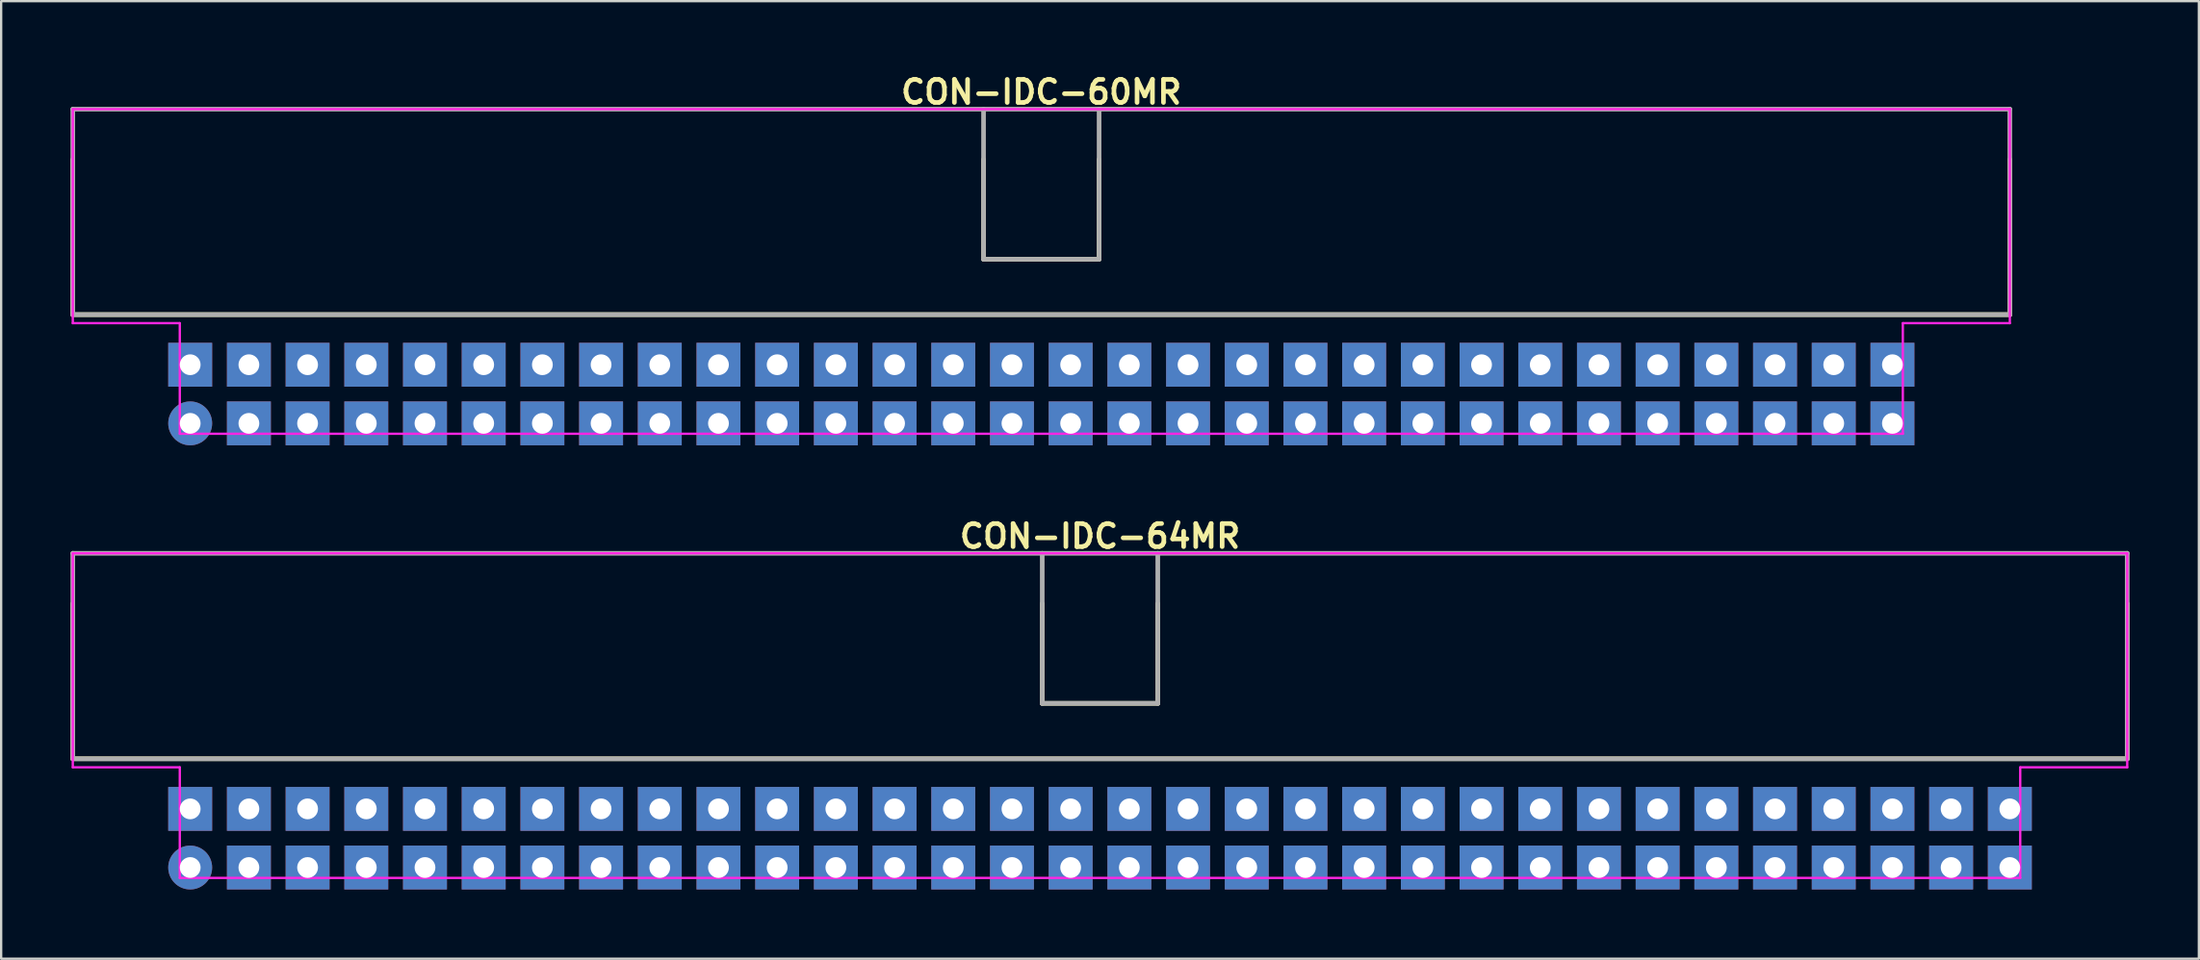
<source format=kicad_pcb>
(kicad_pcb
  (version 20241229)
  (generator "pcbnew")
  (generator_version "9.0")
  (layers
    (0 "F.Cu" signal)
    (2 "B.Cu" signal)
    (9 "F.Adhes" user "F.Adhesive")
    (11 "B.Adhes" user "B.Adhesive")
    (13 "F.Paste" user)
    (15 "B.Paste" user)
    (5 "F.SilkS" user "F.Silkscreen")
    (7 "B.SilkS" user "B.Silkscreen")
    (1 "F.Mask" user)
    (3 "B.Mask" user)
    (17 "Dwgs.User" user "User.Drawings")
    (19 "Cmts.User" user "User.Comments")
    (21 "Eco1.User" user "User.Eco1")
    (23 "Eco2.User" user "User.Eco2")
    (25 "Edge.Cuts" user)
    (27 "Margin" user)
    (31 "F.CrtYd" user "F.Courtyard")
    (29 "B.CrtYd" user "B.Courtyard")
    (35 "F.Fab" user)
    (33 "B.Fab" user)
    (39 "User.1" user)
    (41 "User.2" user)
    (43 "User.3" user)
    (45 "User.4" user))
  (footprint "CON-IDC-60MR"
    (layer "F.Cu")
    (at 42.01 14.017)
    (property "Reference" "CON-IDC-60MR" (at 0 -13.081 0) (layer "F.SilkS") (effects (font (size 1 1) (thickness 0.2))))
    (attr through_hole)
    (fp_line (start -41.91 -10.16) (end -41.91 -3.44) (stroke (width 0.2) (type solid)) (layer "F.SilkS"))
    (fp_line (start -41.91 -3.44) (end 41.91 -3.44) (stroke (width 0.2) (type solid)) (layer "F.SilkS"))
    (fp_line (start -2.5 -10.16) (end -2.5 -5.84) (stroke (width 0.2) (type solid)) (layer "F.SilkS"))
    (fp_line (start -2.5 -5.84) (end 2.5 -5.84) (stroke (width 0.2) (type solid)) (layer "F.SilkS"))
    (fp_line (start 2.5 -10.16) (end 2.5 -5.84) (stroke (width 0.2) (type solid)) (layer "F.SilkS"))
    (fp_line (start 41.91 -10.16) (end 41.91 -3.44) (stroke (width 0.2) (type solid)) (layer "F.SilkS"))
    (fp_line (start -41.91 -12.34) (end -41.91 -3.07) (stroke (width 0.1) (type solid)) (layer "F.CrtYd"))
    (fp_line (start -41.91 -12.34) (end 41.91 -12.34) (stroke (width 0.1) (type solid)) (layer "F.CrtYd"))
    (fp_line (start -41.91 -3.07) (end -37.28 -3.07) (stroke (width 0.1) (type solid)) (layer "F.CrtYd"))
    (fp_line (start -37.28 -3.07) (end -37.28 1.72) (stroke (width 0.1) (type solid)) (layer "F.CrtYd"))
    (fp_line (start -37.28 1.72) (end 37.28 1.72) (stroke (width 0.1) (type solid)) (layer "F.CrtYd"))
    (fp_line (start 37.28 -3.07) (end 37.28 1.72) (stroke (width 0.1) (type solid)) (layer "F.CrtYd"))
    (fp_line (start 37.28 -3.07) (end 41.91 -3.07) (stroke (width 0.1) (type solid)) (layer "F.CrtYd"))
    (fp_line (start 41.91 -12.34) (end 41.91 -3.07) (stroke (width 0.1) (type solid)) (layer "F.CrtYd"))
    (fp_line (start -41.91 -12.34) (end -41.91 -3.44) (stroke (width 0.2) (type solid)) (layer "F.Fab"))
    (fp_line (start -41.91 -12.34) (end 41.91 -12.34) (stroke (width 0.2) (type solid)) (layer "F.Fab"))
    (fp_line (start -41.91 -3.44) (end 41.91 -3.44) (stroke (width 0.2) (type solid)) (layer "F.Fab"))
    (fp_line (start -2.5 -12.34) (end -2.5 -5.84) (stroke (width 0.2) (type solid)) (layer "F.Fab"))
    (fp_line (start -2.5 -5.84) (end 2.5 -5.84) (stroke (width 0.2) (type solid)) (layer "F.Fab"))
    (fp_line (start 2.5 -12.34) (end 2.5 -5.84) (stroke (width 0.2) (type solid)) (layer "F.Fab"))
    (fp_line (start 41.91 -12.34) (end 41.91 -3.44) (stroke (width 0.2) (type solid)) (layer "F.Fab"))
    (pad "1" thru_hole circle (at -36.83 1.27) (size 1.9 1.9) (drill 0.9) (layers "B.Cu" "B.Mask"))
    (pad "2" thru_hole rect (at -36.83 -1.27) (size 1.9 1.9) (drill 0.9) (layers "B.Cu" "B.Mask"))
    (pad "3" thru_hole rect (at -34.29 1.27) (size 1.9 1.9) (drill 0.9) (layers "B.Cu" "B.Mask"))
    (pad "4" thru_hole rect (at -34.29 -1.27) (size 1.9 1.9) (drill 0.9) (layers "B.Cu" "B.Mask"))
    (pad "5" thru_hole rect (at -31.75 1.27) (size 1.9 1.9) (drill 0.9) (layers "B.Cu" "B.Mask"))
    (pad "6" thru_hole rect (at -31.75 -1.27) (size 1.9 1.9) (drill 0.9) (layers "B.Cu" "B.Mask"))
    (pad "7" thru_hole rect (at -29.21 1.27) (size 1.9 1.9) (drill 0.9) (layers "B.Cu" "B.Mask"))
    (pad "8" thru_hole rect (at -29.21 -1.27) (size 1.9 1.9) (drill 0.9) (layers "B.Cu" "B.Mask"))
    (pad "9" thru_hole rect (at -26.67 1.27) (size 1.9 1.9) (drill 0.9) (layers "B.Cu" "B.Mask"))
    (pad "10" thru_hole rect (at -26.67 -1.27) (size 1.9 1.9) (drill 0.9) (layers "B.Cu" "B.Mask"))
    (pad "11" thru_hole rect (at -24.13 1.27) (size 1.9 1.9) (drill 0.9) (layers "B.Cu" "B.Mask"))
    (pad "12" thru_hole rect (at -24.13 -1.27) (size 1.9 1.9) (drill 0.9) (layers "B.Cu" "B.Mask"))
    (pad "13" thru_hole rect (at -21.59 1.27) (size 1.9 1.9) (drill 0.9) (layers "B.Cu" "B.Mask"))
    (pad "14" thru_hole rect (at -21.59 -1.27) (size 1.9 1.9) (drill 0.9) (layers "B.Cu" "B.Mask"))
    (pad "15" thru_hole rect (at -19.05 1.27) (size 1.9 1.9) (drill 0.9) (layers "B.Cu" "B.Mask"))
    (pad "16" thru_hole rect (at -19.05 -1.27) (size 1.9 1.9) (drill 0.9) (layers "B.Cu" "B.Mask"))
    (pad "17" thru_hole rect (at -16.51 1.27) (size 1.9 1.9) (drill 0.9) (layers "B.Cu" "B.Mask"))
    (pad "18" thru_hole rect (at -16.51 -1.27) (size 1.9 1.9) (drill 0.9) (layers "B.Cu" "B.Mask"))
    (pad "19" thru_hole rect (at -13.97 1.27) (size 1.9 1.9) (drill 0.9) (layers "B.Cu" "B.Mask"))
    (pad "20" thru_hole rect (at -13.97 -1.27) (size 1.9 1.9) (drill 0.9) (layers "B.Cu" "B.Mask"))
    (pad "21" thru_hole rect (at -11.43 1.27) (size 1.9 1.9) (drill 0.9) (layers "B.Cu" "B.Mask"))
    (pad "22" thru_hole rect (at -11.43 -1.27) (size 1.9 1.9) (drill 0.9) (layers "B.Cu" "B.Mask"))
    (pad "23" thru_hole rect (at -8.89 1.27) (size 1.9 1.9) (drill 0.9) (layers "B.Cu" "B.Mask"))
    (pad "24" thru_hole rect (at -8.89 -1.27) (size 1.9 1.9) (drill 0.9) (layers "B.Cu" "B.Mask"))
    (pad "25" thru_hole rect (at -6.35 1.27) (size 1.9 1.9) (drill 0.9) (layers "B.Cu" "B.Mask"))
    (pad "26" thru_hole rect (at -6.35 -1.27) (size 1.9 1.9) (drill 0.9) (layers "B.Cu" "B.Mask"))
    (pad "27" thru_hole rect (at -3.81 1.27) (size 1.9 1.9) (drill 0.9) (layers "B.Cu" "B.Mask"))
    (pad "28" thru_hole rect (at -3.81 -1.27) (size 1.9 1.9) (drill 0.9) (layers "B.Cu" "B.Mask"))
    (pad "29" thru_hole rect (at -1.27 1.27) (size 1.9 1.9) (drill 0.9) (layers "B.Cu" "B.Mask"))
    (pad "30" thru_hole rect (at -1.27 -1.27) (size 1.9 1.9) (drill 0.9) (layers "B.Cu" "B.Mask"))
    (pad "31" thru_hole rect (at 1.27 1.27) (size 1.9 1.9) (drill 0.9) (layers "B.Cu" "B.Mask"))
    (pad "32" thru_hole rect (at 1.27 -1.27) (size 1.9 1.9) (drill 0.9) (layers "B.Cu" "B.Mask"))
    (pad "33" thru_hole rect (at 3.81 1.27) (size 1.9 1.9) (drill 0.9) (layers "B.Cu" "B.Mask"))
    (pad "34" thru_hole rect (at 3.81 -1.27) (size 1.9 1.9) (drill 0.9) (layers "B.Cu" "B.Mask"))
    (pad "35" thru_hole rect (at 6.35 1.27) (size 1.9 1.9) (drill 0.9) (layers "B.Cu" "B.Mask"))
    (pad "36" thru_hole rect (at 6.35 -1.27) (size 1.9 1.9) (drill 0.9) (layers "B.Cu" "B.Mask"))
    (pad "37" thru_hole rect (at 8.89 1.27) (size 1.9 1.9) (drill 0.9) (layers "B.Cu" "B.Mask"))
    (pad "38" thru_hole rect (at 8.89 -1.27) (size 1.9 1.9) (drill 0.9) (layers "B.Cu" "B.Mask"))
    (pad "39" thru_hole rect (at 11.43 1.27) (size 1.9 1.9) (drill 0.9) (layers "B.Cu" "B.Mask"))
    (pad "40" thru_hole rect (at 11.43 -1.27) (size 1.9 1.9) (drill 0.9) (layers "B.Cu" "B.Mask"))
    (pad "41" thru_hole rect (at 13.97 1.27) (size 1.9 1.9) (drill 0.9) (layers "B.Cu" "B.Mask"))
    (pad "42" thru_hole rect (at 13.97 -1.27) (size 1.9 1.9) (drill 0.9) (layers "B.Cu" "B.Mask"))
    (pad "43" thru_hole rect (at 16.51 1.27) (size 1.9 1.9) (drill 0.9) (layers "B.Cu" "B.Mask"))
    (pad "44" thru_hole rect (at 16.51 -1.27) (size 1.9 1.9) (drill 0.9) (layers "B.Cu" "B.Mask"))
    (pad "45" thru_hole rect (at 19.05 1.27) (size 1.9 1.9) (drill 0.9) (layers "B.Cu" "B.Mask"))
    (pad "46" thru_hole rect (at 19.05 -1.27) (size 1.9 1.9) (drill 0.9) (layers "B.Cu" "B.Mask"))
    (pad "47" thru_hole rect (at 21.59 1.27) (size 1.9 1.9) (drill 0.9) (layers "B.Cu" "B.Mask"))
    (pad "48" thru_hole rect (at 21.59 -1.27) (size 1.9 1.9) (drill 0.9) (layers "B.Cu" "B.Mask"))
    (pad "49" thru_hole rect (at 24.13 1.27) (size 1.9 1.9) (drill 0.9) (layers "B.Cu" "B.Mask"))
    (pad "50" thru_hole rect (at 24.13 -1.27) (size 1.9 1.9) (drill 0.9) (layers "B.Cu" "B.Mask"))
    (pad "51" thru_hole rect (at 26.67 1.27) (size 1.9 1.9) (drill 0.9) (layers "B.Cu" "B.Mask"))
    (pad "52" thru_hole rect (at 26.67 -1.27) (size 1.9 1.9) (drill 0.9) (layers "B.Cu" "B.Mask"))
    (pad "53" thru_hole rect (at 29.21 1.27) (size 1.9 1.9) (drill 0.9) (layers "B.Cu" "B.Mask"))
    (pad "54" thru_hole rect (at 29.21 -1.27) (size 1.9 1.9) (drill 0.9) (layers "B.Cu" "B.Mask"))
    (pad "55" thru_hole rect (at 31.75 1.27) (size 1.9 1.9) (drill 0.9) (layers "B.Cu" "B.Mask"))
    (pad "56" thru_hole rect (at 31.75 -1.27) (size 1.9 1.9) (drill 0.9) (layers "B.Cu" "B.Mask"))
    (pad "57" thru_hole rect (at 34.29 1.27) (size 1.9 1.9) (drill 0.9) (layers "B.Cu" "B.Mask"))
    (pad "58" thru_hole rect (at 34.29 -1.27) (size 1.9 1.9) (drill 0.9) (layers "B.Cu" "B.Mask"))
    (pad "59" thru_hole rect (at 36.83 1.27) (size 1.9 1.9) (drill 0.9) (layers "B.Cu" "B.Mask"))
    (pad "60" thru_hole rect (at 36.83 -1.27) (size 1.9 1.9) (drill 0.9) (layers "B.Cu" "B.Mask")))
  (footprint "CON-IDC-64MR"
    (layer "F.Cu")
    (at 44.55 33.254)
    (property "Reference" "CON-IDC-64MR" (at 0 -13.081 0) (layer "F.SilkS") (effects (font (size 1 1) (thickness 0.2))))
    (attr through_hole)
    (fp_line (start -44.45 -10.16) (end -44.45 -3.44) (stroke (width 0.2) (type solid)) (layer "F.SilkS"))
    (fp_line (start -44.45 -3.44) (end 44.45 -3.44) (stroke (width 0.2) (type solid)) (layer "F.SilkS"))
    (fp_line (start -2.5 -10.16) (end -2.5 -5.84) (stroke (width 0.2) (type solid)) (layer "F.SilkS"))
    (fp_line (start -2.5 -5.84) (end 2.5 -5.84) (stroke (width 0.2) (type solid)) (layer "F.SilkS"))
    (fp_line (start 2.5 -10.16) (end 2.5 -5.84) (stroke (width 0.2) (type solid)) (layer "F.SilkS"))
    (fp_line (start 44.45 -10.16) (end 44.45 -3.44) (stroke (width 0.2) (type solid)) (layer "F.SilkS"))
    (fp_line (start -44.45 -12.34) (end -44.45 -3.07) (stroke (width 0.1) (type solid)) (layer "F.CrtYd"))
    (fp_line (start -44.45 -12.34) (end 44.45 -12.34) (stroke (width 0.1) (type solid)) (layer "F.CrtYd"))
    (fp_line (start -44.45 -3.07) (end -39.82 -3.07) (stroke (width 0.1) (type solid)) (layer "F.CrtYd"))
    (fp_line (start -39.82 -3.07) (end -39.82 1.72) (stroke (width 0.1) (type solid)) (layer "F.CrtYd"))
    (fp_line (start -39.82 1.72) (end 39.82 1.72) (stroke (width 0.1) (type solid)) (layer "F.CrtYd"))
    (fp_line (start 39.82 -3.07) (end 39.82 1.72) (stroke (width 0.1) (type solid)) (layer "F.CrtYd"))
    (fp_line (start 39.82 -3.07) (end 44.45 -3.07) (stroke (width 0.1) (type solid)) (layer "F.CrtYd"))
    (fp_line (start 44.45 -12.34) (end 44.45 -3.07) (stroke (width 0.1) (type solid)) (layer "F.CrtYd"))
    (fp_line (start -44.45 -12.34) (end -44.45 -3.44) (stroke (width 0.2) (type solid)) (layer "F.Fab"))
    (fp_line (start -44.45 -12.34) (end 44.45 -12.34) (stroke (width 0.2) (type solid)) (layer "F.Fab"))
    (fp_line (start -44.45 -3.44) (end 44.45 -3.44) (stroke (width 0.2) (type solid)) (layer "F.Fab"))
    (fp_line (start -2.5 -12.34) (end -2.5 -5.84) (stroke (width 0.2) (type solid)) (layer "F.Fab"))
    (fp_line (start -2.5 -5.84) (end 2.5 -5.84) (stroke (width 0.2) (type solid)) (layer "F.Fab"))
    (fp_line (start 2.5 -12.34) (end 2.5 -5.84) (stroke (width 0.2) (type solid)) (layer "F.Fab"))
    (fp_line (start 44.45 -12.34) (end 44.45 -3.44) (stroke (width 0.2) (type solid)) (layer "F.Fab"))
    (pad "1" thru_hole circle (at -39.37 1.27) (size 1.9 1.9) (drill 0.9) (layers "B.Cu" "B.Mask"))
    (pad "2" thru_hole rect (at -39.37 -1.27) (size 1.9 1.9) (drill 0.9) (layers "B.Cu" "B.Mask"))
    (pad "3" thru_hole rect (at -36.83 1.27) (size 1.9 1.9) (drill 0.9) (layers "B.Cu" "B.Mask"))
    (pad "4" thru_hole rect (at -36.83 -1.27) (size 1.9 1.9) (drill 0.9) (layers "B.Cu" "B.Mask"))
    (pad "5" thru_hole rect (at -34.29 1.27) (size 1.9 1.9) (drill 0.9) (layers "B.Cu" "B.Mask"))
    (pad "6" thru_hole rect (at -34.29 -1.27) (size 1.9 1.9) (drill 0.9) (layers "B.Cu" "B.Mask"))
    (pad "7" thru_hole rect (at -31.75 1.27) (size 1.9 1.9) (drill 0.9) (layers "B.Cu" "B.Mask"))
    (pad "8" thru_hole rect (at -31.75 -1.27) (size 1.9 1.9) (drill 0.9) (layers "B.Cu" "B.Mask"))
    (pad "9" thru_hole rect (at -29.21 1.27) (size 1.9 1.9) (drill 0.9) (layers "B.Cu" "B.Mask"))
    (pad "10" thru_hole rect (at -29.21 -1.27) (size 1.9 1.9) (drill 0.9) (layers "B.Cu" "B.Mask"))
    (pad "11" thru_hole rect (at -26.67 1.27) (size 1.9 1.9) (drill 0.9) (layers "B.Cu" "B.Mask"))
    (pad "12" thru_hole rect (at -26.67 -1.27) (size 1.9 1.9) (drill 0.9) (layers "B.Cu" "B.Mask"))
    (pad "13" thru_hole rect (at -24.13 1.27) (size 1.9 1.9) (drill 0.9) (layers "B.Cu" "B.Mask"))
    (pad "14" thru_hole rect (at -24.13 -1.27) (size 1.9 1.9) (drill 0.9) (layers "B.Cu" "B.Mask"))
    (pad "15" thru_hole rect (at -21.59 1.27) (size 1.9 1.9) (drill 0.9) (layers "B.Cu" "B.Mask"))
    (pad "16" thru_hole rect (at -21.59 -1.27) (size 1.9 1.9) (drill 0.9) (layers "B.Cu" "B.Mask"))
    (pad "17" thru_hole rect (at -19.05 1.27) (size 1.9 1.9) (drill 0.9) (layers "B.Cu" "B.Mask"))
    (pad "18" thru_hole rect (at -19.05 -1.27) (size 1.9 1.9) (drill 0.9) (layers "B.Cu" "B.Mask"))
    (pad "19" thru_hole rect (at -16.51 1.27) (size 1.9 1.9) (drill 0.9) (layers "B.Cu" "B.Mask"))
    (pad "20" thru_hole rect (at -16.51 -1.27) (size 1.9 1.9) (drill 0.9) (layers "B.Cu" "B.Mask"))
    (pad "21" thru_hole rect (at -13.97 1.27) (size 1.9 1.9) (drill 0.9) (layers "B.Cu" "B.Mask"))
    (pad "22" thru_hole rect (at -13.97 -1.27) (size 1.9 1.9) (drill 0.9) (layers "B.Cu" "B.Mask"))
    (pad "23" thru_hole rect (at -11.43 1.27) (size 1.9 1.9) (drill 0.9) (layers "B.Cu" "B.Mask"))
    (pad "24" thru_hole rect (at -11.43 -1.27) (size 1.9 1.9) (drill 0.9) (layers "B.Cu" "B.Mask"))
    (pad "25" thru_hole rect (at -8.89 1.27) (size 1.9 1.9) (drill 0.9) (layers "B.Cu" "B.Mask"))
    (pad "26" thru_hole rect (at -8.89 -1.27) (size 1.9 1.9) (drill 0.9) (layers "B.Cu" "B.Mask"))
    (pad "27" thru_hole rect (at -6.35 1.27) (size 1.9 1.9) (drill 0.9) (layers "B.Cu" "B.Mask"))
    (pad "28" thru_hole rect (at -6.35 -1.27) (size 1.9 1.9) (drill 0.9) (layers "B.Cu" "B.Mask"))
    (pad "29" thru_hole rect (at -3.81 1.27) (size 1.9 1.9) (drill 0.9) (layers "B.Cu" "B.Mask"))
    (pad "30" thru_hole rect (at -3.81 -1.27) (size 1.9 1.9) (drill 0.9) (layers "B.Cu" "B.Mask"))
    (pad "31" thru_hole rect (at -1.27 1.27) (size 1.9 1.9) (drill 0.9) (layers "B.Cu" "B.Mask"))
    (pad "32" thru_hole rect (at -1.27 -1.27) (size 1.9 1.9) (drill 0.9) (layers "B.Cu" "B.Mask"))
    (pad "33" thru_hole rect (at 1.27 1.27) (size 1.9 1.9) (drill 0.9) (layers "B.Cu" "B.Mask"))
    (pad "34" thru_hole rect (at 1.27 -1.27) (size 1.9 1.9) (drill 0.9) (layers "B.Cu" "B.Mask"))
    (pad "35" thru_hole rect (at 3.81 1.27) (size 1.9 1.9) (drill 0.9) (layers "B.Cu" "B.Mask"))
    (pad "36" thru_hole rect (at 3.81 -1.27) (size 1.9 1.9) (drill 0.9) (layers "B.Cu" "B.Mask"))
    (pad "37" thru_hole rect (at 6.35 1.27) (size 1.9 1.9) (drill 0.9) (layers "B.Cu" "B.Mask"))
    (pad "38" thru_hole rect (at 6.35 -1.27) (size 1.9 1.9) (drill 0.9) (layers "B.Cu" "B.Mask"))
    (pad "39" thru_hole rect (at 8.89 1.27) (size 1.9 1.9) (drill 0.9) (layers "B.Cu" "B.Mask"))
    (pad "40" thru_hole rect (at 8.89 -1.27) (size 1.9 1.9) (drill 0.9) (layers "B.Cu" "B.Mask"))
    (pad "41" thru_hole rect (at 11.43 1.27) (size 1.9 1.9) (drill 0.9) (layers "B.Cu" "B.Mask"))
    (pad "42" thru_hole rect (at 11.43 -1.27) (size 1.9 1.9) (drill 0.9) (layers "B.Cu" "B.Mask"))
    (pad "43" thru_hole rect (at 13.97 1.27) (size 1.9 1.9) (drill 0.9) (layers "B.Cu" "B.Mask"))
    (pad "44" thru_hole rect (at 13.97 -1.27) (size 1.9 1.9) (drill 0.9) (layers "B.Cu" "B.Mask"))
    (pad "45" thru_hole rect (at 16.51 1.27) (size 1.9 1.9) (drill 0.9) (layers "B.Cu" "B.Mask"))
    (pad "46" thru_hole rect (at 16.51 -1.27) (size 1.9 1.9) (drill 0.9) (layers "B.Cu" "B.Mask"))
    (pad "47" thru_hole rect (at 19.05 1.27) (size 1.9 1.9) (drill 0.9) (layers "B.Cu" "B.Mask"))
    (pad "48" thru_hole rect (at 19.05 -1.27) (size 1.9 1.9) (drill 0.9) (layers "B.Cu" "B.Mask"))
    (pad "49" thru_hole rect (at 21.59 1.27) (size 1.9 1.9) (drill 0.9) (layers "B.Cu" "B.Mask"))
    (pad "50" thru_hole rect (at 21.59 -1.27) (size 1.9 1.9) (drill 0.9) (layers "B.Cu" "B.Mask"))
    (pad "51" thru_hole rect (at 24.13 1.27) (size 1.9 1.9) (drill 0.9) (layers "B.Cu" "B.Mask"))
    (pad "52" thru_hole rect (at 24.13 -1.27) (size 1.9 1.9) (drill 0.9) (layers "B.Cu" "B.Mask"))
    (pad "53" thru_hole rect (at 26.67 1.27) (size 1.9 1.9) (drill 0.9) (layers "B.Cu" "B.Mask"))
    (pad "54" thru_hole rect (at 26.67 -1.27) (size 1.9 1.9) (drill 0.9) (layers "B.Cu" "B.Mask"))
    (pad "55" thru_hole rect (at 29.21 1.27) (size 1.9 1.9) (drill 0.9) (layers "B.Cu" "B.Mask"))
    (pad "56" thru_hole rect (at 29.21 -1.27) (size 1.9 1.9) (drill 0.9) (layers "B.Cu" "B.Mask"))
    (pad "57" thru_hole rect (at 31.75 1.27) (size 1.9 1.9) (drill 0.9) (layers "B.Cu" "B.Mask"))
    (pad "58" thru_hole rect (at 31.75 -1.27) (size 1.9 1.9) (drill 0.9) (layers "B.Cu" "B.Mask"))
    (pad "59" thru_hole rect (at 34.29 1.27) (size 1.9 1.9) (drill 0.9) (layers "B.Cu" "B.Mask"))
    (pad "60" thru_hole rect (at 34.29 -1.27) (size 1.9 1.9) (drill 0.9) (layers "B.Cu" "B.Mask"))
    (pad "61" thru_hole rect (at 36.83 1.27) (size 1.9 1.9) (drill 0.9) (layers "B.Cu" "B.Mask"))
    (pad "62" thru_hole rect (at 36.83 -1.27) (size 1.9 1.9) (drill 0.9) (layers "B.Cu" "B.Mask"))
    (pad "63" thru_hole rect (at 39.37 1.27) (size 1.9 1.9) (drill 0.9) (layers "B.Cu" "B.Mask"))
    (pad "64" thru_hole rect (at 39.37 -1.27) (size 1.9 1.9) (drill 0.9) (layers "B.Cu" "B.Mask")))
  (gr_rect
    (start -3 -3)
    (end 92.1 38.474)
    (stroke (width 0.1) (type default))
    (fill no)
    (layer "Edge.Cuts")))
</source>
